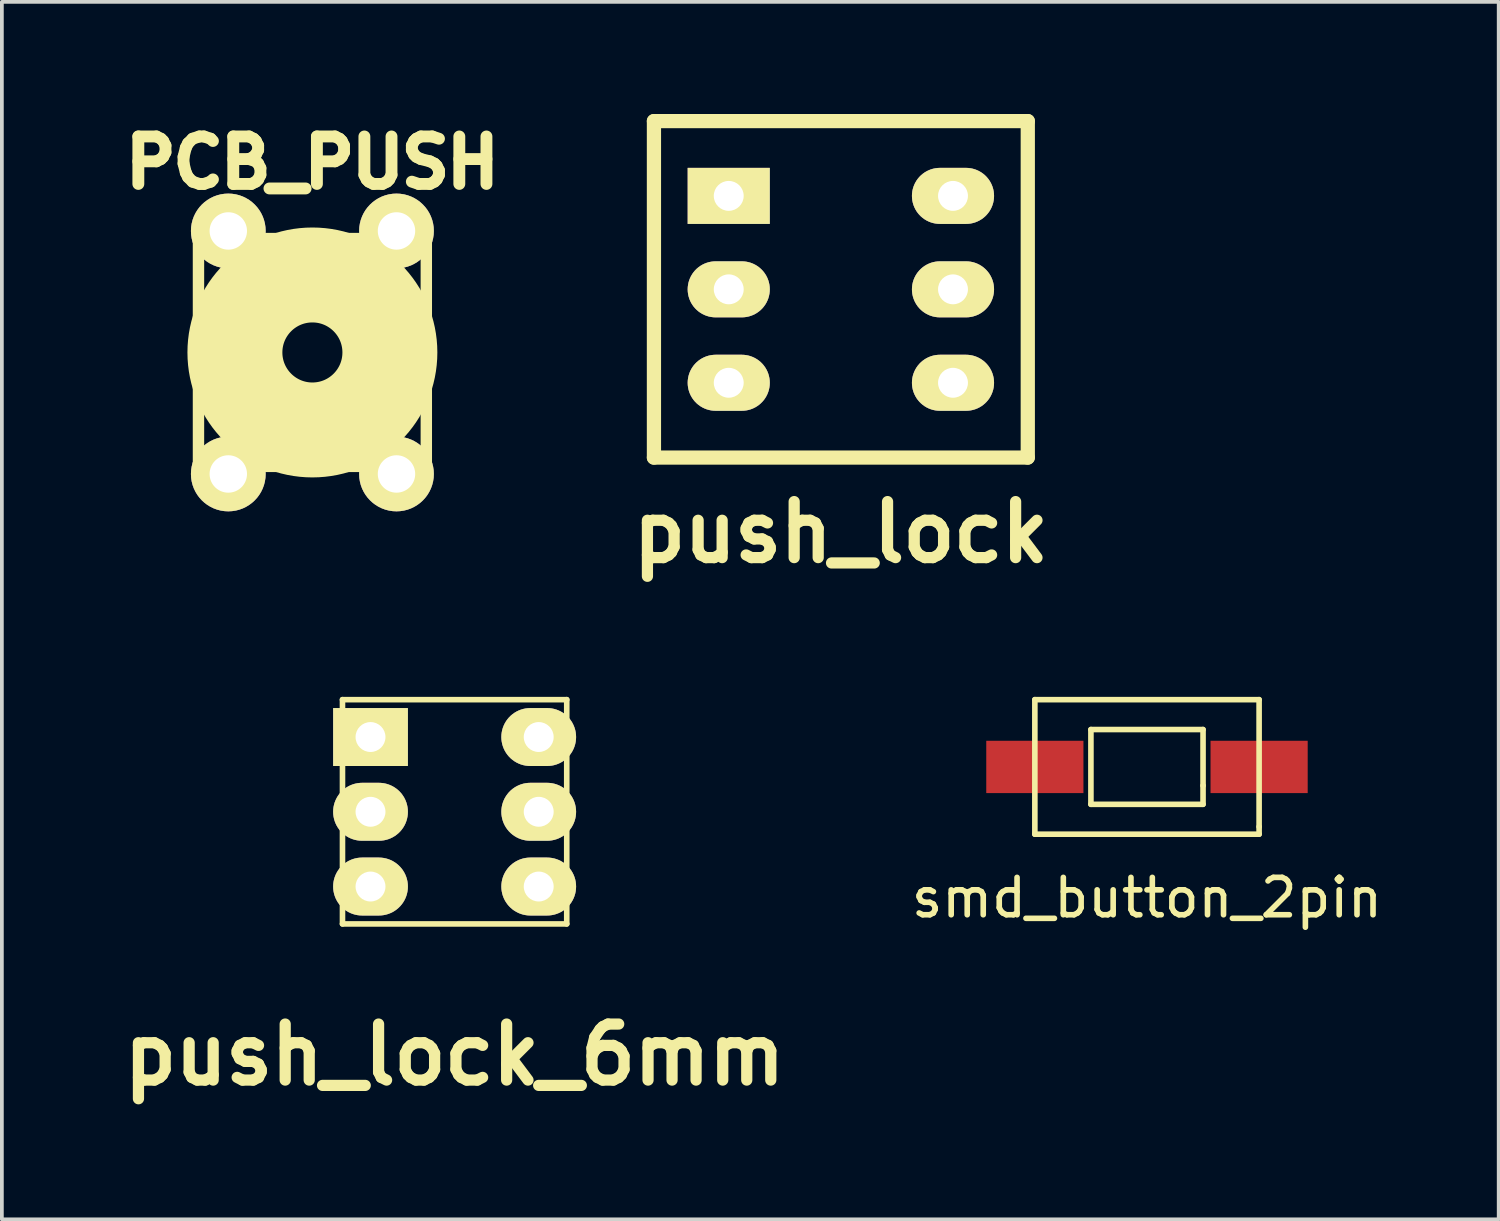
<source format=kicad_pcb>
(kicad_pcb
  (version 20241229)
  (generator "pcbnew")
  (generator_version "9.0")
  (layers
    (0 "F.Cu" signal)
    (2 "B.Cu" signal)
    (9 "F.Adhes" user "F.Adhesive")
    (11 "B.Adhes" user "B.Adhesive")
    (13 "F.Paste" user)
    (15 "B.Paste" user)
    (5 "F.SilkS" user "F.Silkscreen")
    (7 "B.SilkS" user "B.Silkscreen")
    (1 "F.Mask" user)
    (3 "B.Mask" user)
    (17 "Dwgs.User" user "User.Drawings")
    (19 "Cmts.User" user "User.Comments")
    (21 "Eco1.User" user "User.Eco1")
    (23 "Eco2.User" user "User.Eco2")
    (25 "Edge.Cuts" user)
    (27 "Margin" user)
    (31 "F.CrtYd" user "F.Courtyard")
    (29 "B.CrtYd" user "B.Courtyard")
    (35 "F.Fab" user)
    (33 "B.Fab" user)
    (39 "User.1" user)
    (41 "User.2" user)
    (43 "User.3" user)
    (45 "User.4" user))
  (footprint "smd_button_2pin"
    (layer "F.Cu")
    (at 27.637 17.469)
    (property "Reference" "smd_button_2pin" (at 0 3.5 0) (layer "F.SilkS") (effects (font (size 1 1) (thickness 0.15))))
    (attr through_hole)
    (fp_line (start -3 -1.8) (end 3 -1.8) (stroke (width 0.15) (type solid)) (layer "F.SilkS"))
    (fp_line (start -3 1.8) (end -3 -1.8) (stroke (width 0.15) (type solid)) (layer "F.SilkS"))
    (fp_line (start -1.5 -1) (end 1.5 -1) (stroke (width 0.15) (type solid)) (layer "F.SilkS"))
    (fp_line (start -1.5 1) (end -1.5 -1) (stroke (width 0.15) (type solid)) (layer "F.SilkS"))
    (fp_line (start 1.5 -1) (end 1.5 0.5) (stroke (width 0.15) (type solid)) (layer "F.SilkS"))
    (fp_line (start 1.5 0.5) (end 1.5 1) (stroke (width 0.15) (type solid)) (layer "F.SilkS"))
    (fp_line (start 1.5 1) (end -1.5 1) (stroke (width 0.15) (type solid)) (layer "F.SilkS"))
    (fp_line (start 3 -1.8) (end 3 1.6) (stroke (width 0.15) (type solid)) (layer "F.SilkS"))
    (fp_line (start 3 1.6) (end 3 1.8) (stroke (width 0.15) (type solid)) (layer "F.SilkS"))
    (fp_line (start 3 1.8) (end -3 1.8) (stroke (width 0.15) (type solid)) (layer "F.SilkS"))
    (pad "1" smd rect (at -3 0) (size 2.6 1.4) (layers "F.Cu" "F.Mask" "F.Paste"))
    (pad "2" smd rect (at 3 0) (size 2.6 1.4) (layers "F.Cu" "F.Mask" "F.Paste")))
  (footprint "PCB_PUSH"
    (layer "F.Cu")
    (at 5.308 6.38)
    (property "Reference" "PCB_PUSH" (at 0 -5.08 0) (layer "F.SilkS") (effects (font (size 1.27 1.27) (thickness 0.318))))
    (attr through_hole)
    (fp_line (start -3.048 -3.048) (end 3.048 -3.048) (stroke (width 0.305) (type solid)) (layer "F.SilkS"))
    (fp_line (start -3.048 3.048) (end -3.048 -3.048) (stroke (width 0.305) (type solid)) (layer "F.SilkS"))
    (fp_line (start 3.048 -3.048) (end 3.048 3.048) (stroke (width 0.305) (type solid)) (layer "F.SilkS"))
    (fp_line (start 3.048 3.048) (end -3.048 3.048) (stroke (width 0.305) (type solid)) (layer "F.SilkS"))
    (fp_circle (center 0 0) (end -0.762 0.254) (stroke (width 2.54) (type solid)) (fill no) (layer "F.SilkS"))
    (pad "1" thru_hole circle (at -2.25 -3.251) (size 1.999 1.999) (drill 1.001) (layers "*.Cu" "*.Mask" "F.SilkS"))
    (pad "2" thru_hole circle (at 2.25 3.251) (size 1.999 1.999) (drill 1.001) (layers "*.Cu" "*.Mask" "F.SilkS"))
    (pad "3" thru_hole circle (at -2.25 3.251) (size 1.999 1.999) (drill 1.001) (layers "*.Cu" "*.Mask" "F.SilkS"))
    (pad "4" thru_hole circle (at 2.25 -3.251) (size 1.999 1.999) (drill 1.001) (layers "*.Cu" "*.Mask" "F.SilkS")))
  (footprint "push_lock"
    (layer "F.Cu")
    (at 19.447 4.691)
    (property "Reference" "push_lock" (at 0 6.5 180) (layer "F.SilkS") (effects (font (size 1.499 1.499) (thickness 0.3))))
    (attr through_hole)
    (fp_line (start -5.001 -4.501) (end 5.001 -4.501) (stroke (width 0.381) (type solid)) (layer "F.SilkS"))
    (fp_line (start -5.001 4.501) (end -5.001 -4.501) (stroke (width 0.381) (type solid)) (layer "F.SilkS"))
    (fp_line (start 4.999 4.501) (end -5.001 4.501) (stroke (width 0.381) (type solid)) (layer "F.SilkS"))
    (fp_line (start 5.001 -4.501) (end 5.001 4.501) (stroke (width 0.381) (type solid)) (layer "F.SilkS"))
    (pad "1" thru_hole rect (at -3 -2.5 270) (size 1.499 2.197) (drill 0.8) (layers "*.Cu" "*.Mask" "F.SilkS"))
    (pad "2" thru_hole oval (at -3 0 270) (size 1.499 2.197) (drill 0.8) (layers "*.Cu" "*.Mask" "F.SilkS"))
    (pad "3" thru_hole oval (at -3 2.5 270) (size 1.499 2.197) (drill 0.8) (layers "*.Cu" "*.Mask" "F.SilkS"))
    (pad "4" thru_hole oval (at 3 2.5 270) (size 1.499 2.197) (drill 0.8) (layers "*.Cu" "*.Mask" "F.SilkS"))
    (pad "5" thru_hole oval (at 3 0 270) (size 1.499 2.197) (drill 0.8) (layers "*.Cu" "*.Mask" "F.SilkS"))
    (pad "6" thru_hole oval (at 3 -2.5 270) (size 1.499 2.197) (drill 0.8) (layers "*.Cu" "*.Mask" "F.SilkS")))
  (footprint "push_lock_6mm"
    (layer "F.Cu")
    (at 9.113 18.669)
    (property "Reference" "push_lock_6mm" (at 0 6.5 180) (layer "F.SilkS") (effects (font (size 1.499 1.499) (thickness 0.3))))
    (attr through_hole)
    (fp_line (start -3 -3) (end 3 -3) (stroke (width 0.15) (type solid)) (layer "F.SilkS"))
    (fp_line (start -3 3) (end -3 -3) (stroke (width 0.15) (type solid)) (layer "F.SilkS"))
    (fp_line (start 3 -3) (end 3 3) (stroke (width 0.15) (type solid)) (layer "F.SilkS"))
    (fp_line (start 3 3) (end -3 3) (stroke (width 0.15) (type solid)) (layer "F.SilkS"))
    (pad "1" thru_hole rect (at -2.25 -2 270) (size 1.55 2) (drill 0.8) (layers "*.Cu" "*.Mask" "F.SilkS"))
    (pad "2" thru_hole oval (at -2.25 0 270) (size 1.55 2) (drill 0.8) (layers "*.Cu" "*.Mask" "F.SilkS"))
    (pad "3" thru_hole oval (at -2.25 2 270) (size 1.55 2) (drill 0.8) (layers "*.Cu" "*.Mask" "F.SilkS"))
    (pad "4" thru_hole oval (at 2.25 -2 270) (size 1.55 2) (drill 0.8) (layers "*.Cu" "*.Mask" "F.SilkS"))
    (pad "5" thru_hole oval (at 2.25 0 270) (size 1.55 2) (drill 0.8) (layers "*.Cu" "*.Mask" "F.SilkS"))
    (pad "6" thru_hole oval (at 2.25 2 270) (size 1.55 2) (drill 0.8) (layers "*.Cu" "*.Mask" "F.SilkS")))
  (gr_rect
    (start -3 -3)
    (end 37.047 29.572)
    (stroke (width 0.1) (type default))
    (fill no)
    (layer "Edge.Cuts")))
</source>
